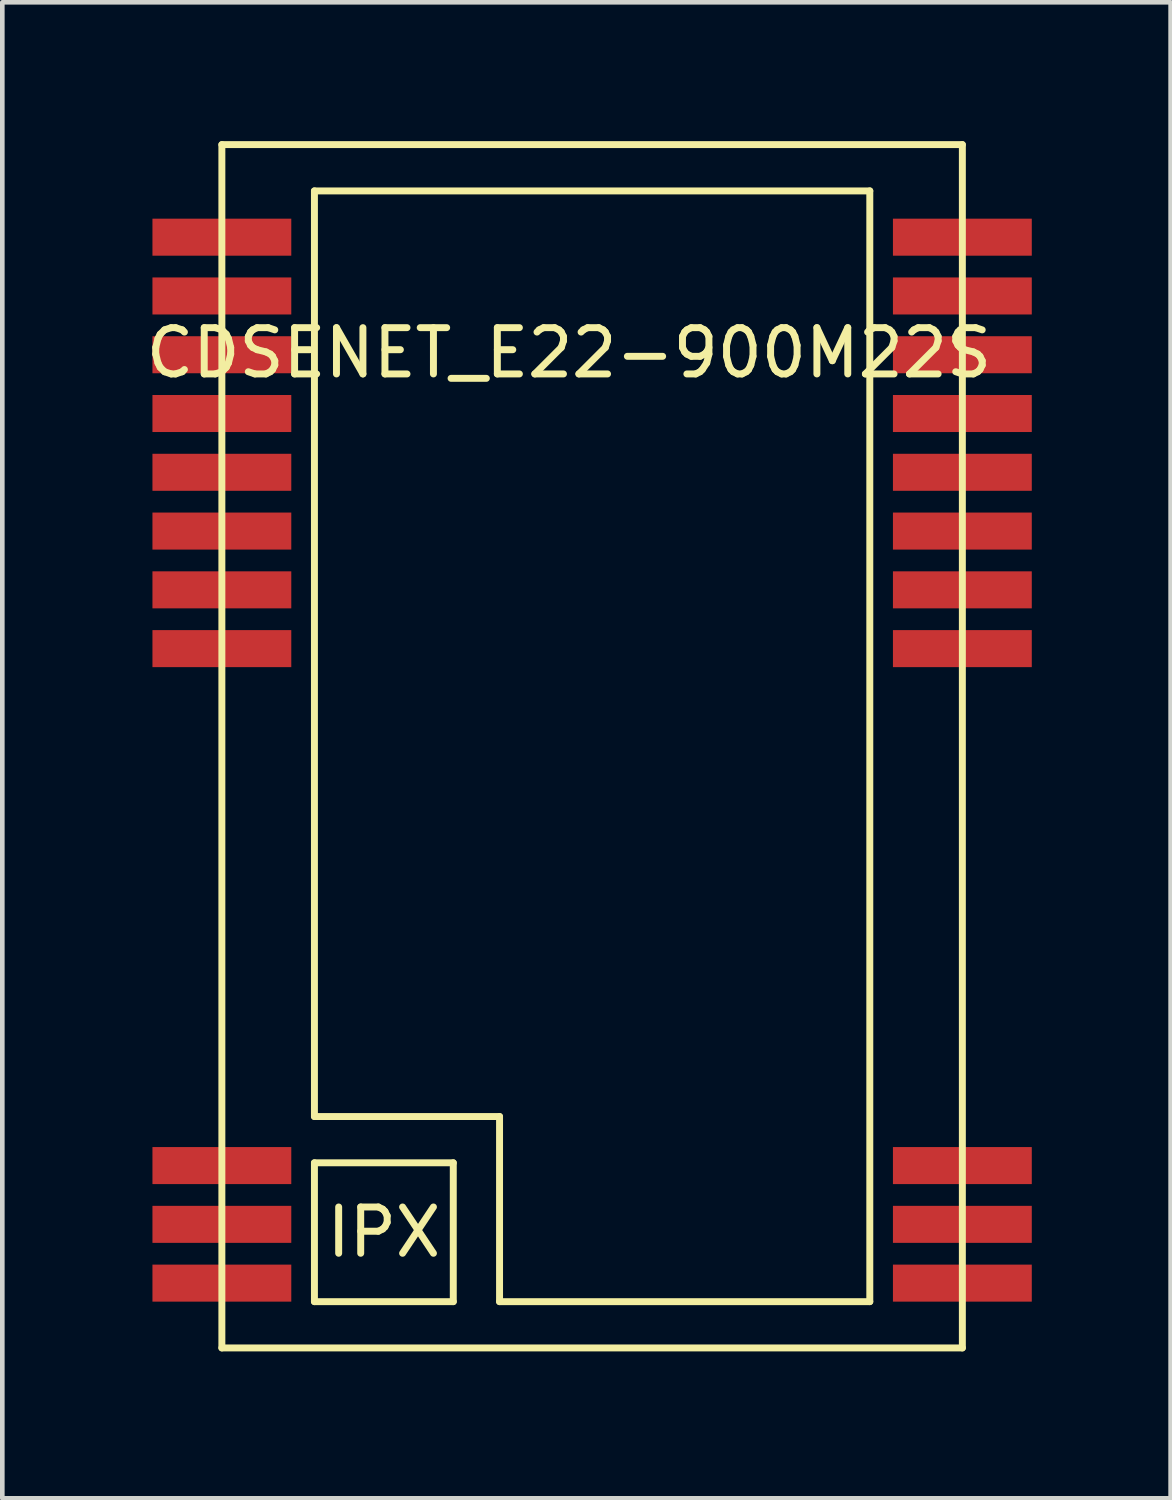
<source format=kicad_pcb>
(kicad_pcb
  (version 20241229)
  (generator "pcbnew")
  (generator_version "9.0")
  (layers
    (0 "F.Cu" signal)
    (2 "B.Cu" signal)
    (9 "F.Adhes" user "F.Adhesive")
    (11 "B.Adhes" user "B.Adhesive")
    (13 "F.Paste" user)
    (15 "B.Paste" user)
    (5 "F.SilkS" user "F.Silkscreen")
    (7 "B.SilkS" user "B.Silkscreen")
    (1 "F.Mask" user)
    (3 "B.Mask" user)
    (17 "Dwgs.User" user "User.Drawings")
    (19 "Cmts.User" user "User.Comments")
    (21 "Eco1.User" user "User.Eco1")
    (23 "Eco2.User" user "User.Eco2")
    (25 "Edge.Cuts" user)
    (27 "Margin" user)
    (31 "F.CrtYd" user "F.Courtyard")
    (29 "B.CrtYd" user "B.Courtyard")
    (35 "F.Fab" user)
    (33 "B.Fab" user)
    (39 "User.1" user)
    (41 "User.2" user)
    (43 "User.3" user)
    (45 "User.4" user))
  (footprint "CDSENET_E22-900M22S"
    (layer "F.Cu")
    (at 1.744 26.075)
    (property "Reference" "CDSENET_E22-900M22S" (at 7.5 -21.5 0) (layer "F.SilkS") (effects (font (size 1 1) (thickness 0.15))))
    (attr through_hole)
    (fp_line (start 0 -26) (end 0 0) (stroke (width 0.15) (type solid)) (layer "F.SilkS"))
    (fp_line (start 0 0) (end 16 0) (stroke (width 0.15) (type solid)) (layer "F.SilkS"))
    (fp_line (start 2 -25) (end 2 -5) (stroke (width 0.15) (type solid)) (layer "F.SilkS"))
    (fp_line (start 2 -5) (end 6 -5) (stroke (width 0.15) (type solid)) (layer "F.SilkS"))
    (fp_line (start 2 -4) (end 5 -4) (stroke (width 0.15) (type solid)) (layer "F.SilkS"))
    (fp_line (start 2 -1) (end 2 -4) (stroke (width 0.15) (type solid)) (layer "F.SilkS"))
    (fp_line (start 5 -4) (end 5 -1) (stroke (width 0.15) (type solid)) (layer "F.SilkS"))
    (fp_line (start 5 -1) (end 2 -1) (stroke (width 0.15) (type solid)) (layer "F.SilkS"))
    (fp_line (start 6 -5) (end 6 -1) (stroke (width 0.15) (type solid)) (layer "F.SilkS"))
    (fp_line (start 6 -1) (end 14 -1) (stroke (width 0.15) (type solid)) (layer "F.SilkS"))
    (fp_line (start 14 -25) (end 2 -25) (stroke (width 0.15) (type solid)) (layer "F.SilkS"))
    (fp_line (start 14 -1) (end 14 -25) (stroke (width 0.15) (type solid)) (layer "F.SilkS"))
    (fp_line (start 16 -26) (end 0 -26) (stroke (width 0.15) (type solid)) (layer "F.SilkS"))
    (fp_line (start 16 -26) (end 16 0) (stroke (width 0.15) (type solid)) (layer "F.SilkS"))
    (fp_text user "IPX" (at 3.5 -2.5 0) (layer "F.SilkS") (effects (font (size 1 1) (thickness 0.15))))
    (pad "1" smd rect (at 16 -1.4) (size 3 0.8) (layers "F.Cu" "F.Mask" "F.Paste"))
    (pad "2" smd rect (at 16 -2.67) (size 3 0.8) (layers "F.Cu" "F.Mask" "F.Paste"))
    (pad "3" smd rect (at 16 -3.94) (size 3 0.8) (layers "F.Cu" "F.Mask" "F.Paste"))
    (pad "4" smd rect (at 16 -15.11) (size 3 0.8) (layers "F.Cu" "F.Mask" "F.Paste"))
    (pad "5" smd rect (at 16 -16.38) (size 3 0.8) (layers "F.Cu" "F.Mask" "F.Paste"))
    (pad "6" smd rect (at 16 -17.65) (size 3 0.8) (layers "F.Cu" "F.Mask" "F.Paste"))
    (pad "7" smd rect (at 16 -18.92) (size 3 0.8) (layers "F.Cu" "F.Mask" "F.Paste"))
    (pad "8" smd rect (at 16 -20.19) (size 3 0.8) (layers "F.Cu" "F.Mask" "F.Paste"))
    (pad "9" smd rect (at 16 -21.46) (size 3 0.8) (layers "F.Cu" "F.Mask" "F.Paste"))
    (pad "10" smd rect (at 16 -22.73) (size 3 0.8) (layers "F.Cu" "F.Mask" "F.Paste"))
    (pad "11" smd rect (at 16 -24) (size 3 0.8) (layers "F.Cu" "F.Mask" "F.Paste"))
    (pad "12" smd rect (at 0 -24) (size 3 0.8) (layers "F.Cu" "F.Mask" "F.Paste"))
    (pad "13" smd rect (at 0 -22.73) (size 3 0.8) (layers "F.Cu" "F.Mask" "F.Paste"))
    (pad "14" smd rect (at 0 -21.46) (size 3 0.8) (layers "F.Cu" "F.Mask" "F.Paste"))
    (pad "15" smd rect (at 0 -20.19) (size 3 0.8) (layers "F.Cu" "F.Mask" "F.Paste"))
    (pad "16" smd rect (at 0 -18.92) (size 3 0.8) (layers "F.Cu" "F.Mask" "F.Paste"))
    (pad "17" smd rect (at 0 -17.65) (size 3 0.8) (layers "F.Cu" "F.Mask" "F.Paste"))
    (pad "18" smd rect (at 0 -16.38) (size 3 0.8) (layers "F.Cu" "F.Mask" "F.Paste"))
    (pad "19" smd rect (at 0 -15.11) (size 3 0.8) (layers "F.Cu" "F.Mask" "F.Paste"))
    (pad "20" smd rect (at 0 -3.94) (size 3 0.8) (layers "F.Cu" "F.Mask" "F.Paste"))
    (pad "21" smd rect (at 0 -2.67) (size 3 0.8) (layers "F.Cu" "F.Mask" "F.Paste"))
    (pad "22" smd rect (at 0 -1.4) (size 3 0.8) (layers "F.Cu" "F.Mask" "F.Paste")))
  (gr_rect
    (start -3 -3)
    (end 22.244 29.325)
    (stroke (width 0.1) (type default))
    (fill no)
    (layer "Edge.Cuts")))
</source>
